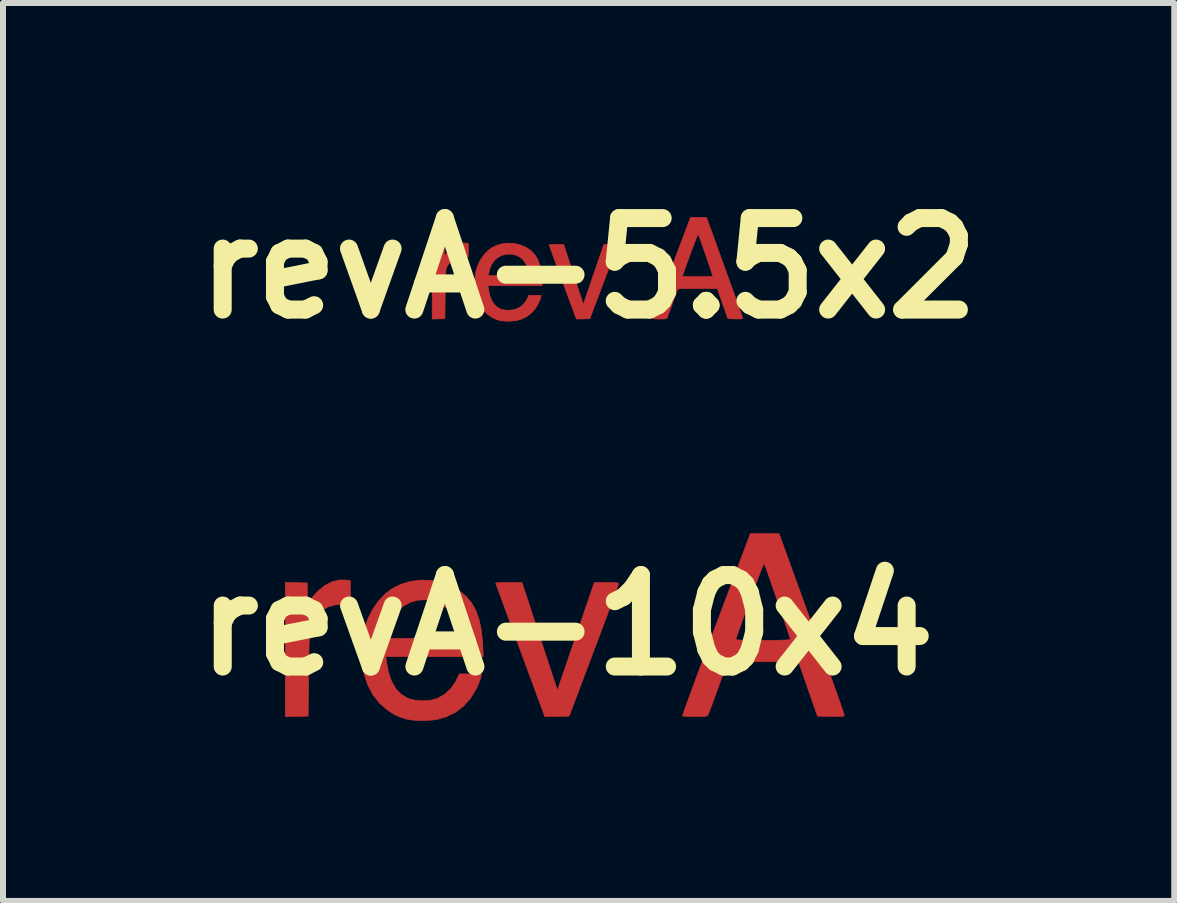
<source format=kicad_pcb>
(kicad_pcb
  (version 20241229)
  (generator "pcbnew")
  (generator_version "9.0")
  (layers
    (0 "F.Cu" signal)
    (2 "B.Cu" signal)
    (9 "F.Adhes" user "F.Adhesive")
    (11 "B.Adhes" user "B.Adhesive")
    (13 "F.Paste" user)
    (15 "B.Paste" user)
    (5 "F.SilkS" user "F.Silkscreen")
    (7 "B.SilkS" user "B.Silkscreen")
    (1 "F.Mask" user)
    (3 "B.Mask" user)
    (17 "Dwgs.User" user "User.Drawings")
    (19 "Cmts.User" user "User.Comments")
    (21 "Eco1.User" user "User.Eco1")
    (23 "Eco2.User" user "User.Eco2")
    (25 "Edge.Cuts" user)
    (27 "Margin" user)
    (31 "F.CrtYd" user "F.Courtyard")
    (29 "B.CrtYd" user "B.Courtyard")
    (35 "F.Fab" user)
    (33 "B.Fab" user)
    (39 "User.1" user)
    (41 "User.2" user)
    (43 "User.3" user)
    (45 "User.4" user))
  (footprint "revA-10x4"
    (layer "F.Cu")
    (at 6.394 7.365)
    (property "Reference" "revA-10x4" (at 0 0 0) (layer "F.SilkS") (effects (font (size 1.524 1.524) (thickness 0.3))))
    (attr through_hole)
    (fp_poly (pts (xy -3.673 -0.751) (xy -3.607 -0.741) (xy -3.607 -0.544) (xy -3.607 -0.347) (xy -3.747 -0.346) (xy -3.873 -0.335) (xy -3.979 -0.304) (xy -4.07 -0.249) (xy -4.141 -0.184) (xy -4.175 -0.147) (xy -4.204 -0.114) (xy -4.228 -0.081) (xy -4.247 -0.046) (xy -4.262 -0.005) (xy -4.274 0.045) (xy -4.282 0.108) (xy -4.289 0.187) (xy -4.293 0.286) (xy -4.296 0.407) (xy -4.298 0.555) (xy -4.3 0.732) (xy -4.301 0.787) (xy -4.31 1.516) (xy -4.691 1.525) (xy -4.691 -0.712) (xy -4.508 -0.708) (xy -4.326 -0.703) (xy -4.322 -0.537) (xy -4.317 -0.371) (xy -4.252 -0.452) (xy -4.143 -0.572) (xy -4.028 -0.663) (xy -3.909 -0.724) (xy -3.789 -0.753) (xy -3.673 -0.751)) (stroke (width 0.01) (type solid)) (fill yes) (layer "F.Cu"))
    (fp_poly (pts (xy -0.568 -0.165) (xy -0.519 -0.015) (xy -0.467 0.144) (xy -0.415 0.303) (xy -0.365 0.455) (xy -0.32 0.593) (xy -0.282 0.707) (xy -0.274 0.733) (xy -0.157 1.085) (xy 0.119 0.276) (xy 0.174 0.115) (xy 0.227 -0.04) (xy 0.276 -0.183) (xy 0.32 -0.312) (xy 0.359 -0.424) (xy 0.39 -0.515) (xy 0.413 -0.581) (xy 0.426 -0.619) (xy 0.427 -0.622) (xy 0.46 -0.711) (xy 0.662 -0.711) (xy 0.753 -0.71) (xy 0.814 -0.707) (xy 0.85 -0.701) (xy 0.863 -0.692) (xy 0.863 -0.69) (xy 0.857 -0.671) (xy 0.84 -0.623) (xy 0.813 -0.548) (xy 0.777 -0.45) (xy 0.733 -0.331) (xy 0.681 -0.193) (xy 0.624 -0.038) (xy 0.561 0.129) (xy 0.494 0.307) (xy 0.45 0.423) (xy 0.038 1.516) (xy -0.165 1.52) (xy -0.367 1.525) (xy -0.776 0.416) (xy -0.844 0.231) (xy -0.909 0.056) (xy -0.969 -0.108) (xy -1.024 -0.257) (xy -1.072 -0.388) (xy -1.113 -0.501) (xy -1.146 -0.591) (xy -1.169 -0.656) (xy -1.183 -0.693) (xy -1.185 -0.702) (xy -1.169 -0.705) (xy -1.126 -0.708) (xy -1.061 -0.71) (xy -0.982 -0.711) (xy -0.966 -0.711) (xy -0.747 -0.711) (xy -0.568 -0.165)) (stroke (width 0.01) (type solid)) (fill yes) (layer "F.Cu"))
    (fp_poly (pts (xy -2.258 -0.745) (xy -2.087 -0.711) (xy -1.926 -0.65) (xy -1.917 -0.645) (xy -1.785 -0.567) (xy -1.674 -0.475) (xy -1.584 -0.366) (xy -1.514 -0.239) (xy -1.461 -0.089) (xy -1.425 0.085) (xy -1.404 0.286) (xy -1.4 0.36) (xy -1.393 0.525) (xy -3.016 0.525) (xy -3.006 0.605) (xy -2.972 0.785) (xy -2.92 0.935) (xy -2.851 1.057) (xy -2.763 1.15) (xy -2.658 1.215) (xy -2.619 1.23) (xy -2.509 1.255) (xy -2.388 1.261) (xy -2.267 1.25) (xy -2.16 1.22) (xy -2.141 1.213) (xy -2.028 1.144) (xy -1.93 1.053) (xy -1.855 0.946) (xy -1.838 0.912) (xy -1.793 0.813) (xy -1.423 0.813) (xy -1.433 0.868) (xy -1.445 0.908) (xy -1.468 0.967) (xy -1.498 1.036) (xy -1.513 1.067) (xy -1.604 1.218) (xy -1.719 1.347) (xy -1.854 1.45) (xy -2.008 1.526) (xy -2.146 1.567) (xy -2.241 1.581) (xy -2.351 1.588) (xy -2.465 1.589) (xy -2.57 1.582) (xy -2.657 1.569) (xy -2.67 1.566) (xy -2.77 1.535) (xy -2.854 1.499) (xy -2.937 1.45) (xy -2.991 1.413) (xy -3.123 1.298) (xy -3.232 1.159) (xy -3.317 0.995) (xy -3.373 0.832) (xy -3.394 0.726) (xy -3.406 0.598) (xy -3.411 0.458) (xy -3.407 0.316) (xy -3.398 0.22) (xy -3.002 0.22) (xy -1.79 0.22) (xy -1.8 0.14) (xy -1.833 -0.016) (xy -1.888 -0.147) (xy -1.966 -0.254) (xy -2.065 -0.336) (xy -2.186 -0.392) (xy -2.201 -0.396) (xy -2.342 -0.422) (xy -2.478 -0.417) (xy -2.606 -0.382) (xy -2.721 -0.32) (xy -2.82 -0.234) (xy -2.901 -0.125) (xy -2.96 0.003) (xy -2.991 0.14) (xy -3.002 0.22) (xy -3.398 0.22) (xy -3.395 0.185) (xy -3.376 0.073) (xy -3.372 0.059) (xy -3.314 -0.109) (xy -3.233 -0.267) (xy -3.133 -0.409) (xy -3.018 -0.528) (xy -2.918 -0.604) (xy -2.769 -0.68) (xy -2.605 -0.729) (xy -2.432 -0.751) (xy -2.258 -0.745)) (stroke (width 0.01) (type solid)) (fill yes) (layer "F.Cu"))
    (fp_poly (pts (xy 3.553 -1.477) (xy 3.561 -1.455) (xy 3.579 -1.403) (xy 3.608 -1.324) (xy 3.646 -1.22) (xy 3.692 -1.093) (xy 3.745 -0.946) (xy 3.805 -0.782) (xy 3.87 -0.602) (xy 3.94 -0.408) (xy 4.014 -0.204) (xy 4.091 0.009) (xy 4.096 0.022) (xy 4.173 0.235) (xy 4.247 0.439) (xy 4.316 0.631) (xy 4.381 0.811) (xy 4.439 0.975) (xy 4.491 1.12) (xy 4.536 1.246) (xy 4.572 1.349) (xy 4.599 1.427) (xy 4.616 1.478) (xy 4.623 1.5) (xy 4.623 1.5) (xy 4.618 1.51) (xy 4.6 1.517) (xy 4.564 1.521) (xy 4.505 1.522) (xy 4.419 1.521) (xy 4.399 1.52) (xy 4.175 1.516) (xy 4.019 1.067) (xy 3.978 0.95) (xy 3.941 0.845) (xy 3.91 0.755) (xy 3.885 0.683) (xy 3.869 0.635) (xy 3.861 0.614) (xy 3.861 0.614) (xy 3.845 0.613) (xy 3.798 0.612) (xy 3.726 0.611) (xy 3.631 0.61) (xy 3.517 0.61) (xy 3.389 0.61) (xy 3.27 0.61) (xy 3.112 0.61) (xy 2.985 0.61) (xy 2.885 0.611) (xy 2.809 0.613) (xy 2.754 0.615) (xy 2.715 0.618) (xy 2.691 0.623) (xy 2.676 0.628) (xy 2.669 0.636) (xy 2.667 0.639) (xy 2.658 0.663) (xy 2.64 0.714) (xy 2.613 0.787) (xy 2.58 0.878) (xy 2.542 0.982) (xy 2.512 1.067) (xy 2.471 1.177) (xy 2.434 1.279) (xy 2.402 1.366) (xy 2.376 1.434) (xy 2.358 1.479) (xy 2.352 1.494) (xy 2.341 1.507) (xy 2.321 1.516) (xy 2.285 1.521) (xy 2.229 1.523) (xy 2.145 1.524) (xy 2.134 1.524) (xy 2.055 1.523) (xy 1.99 1.52) (xy 1.944 1.516) (xy 1.926 1.511) (xy 1.931 1.494) (xy 1.947 1.447) (xy 1.973 1.373) (xy 2.009 1.274) (xy 2.054 1.152) (xy 2.107 1.009) (xy 2.166 0.848) (xy 2.232 0.67) (xy 2.304 0.478) (xy 2.38 0.275) (xy 2.396 0.233) (xy 2.815 0.233) (xy 2.819 0.239) (xy 2.84 0.245) (xy 2.881 0.248) (xy 2.943 0.251) (xy 3.031 0.253) (xy 3.148 0.254) (xy 3.266 0.254) (xy 3.394 0.253) (xy 3.506 0.252) (xy 3.599 0.249) (xy 3.669 0.246) (xy 3.712 0.242) (xy 3.725 0.239) (xy 3.72 0.22) (xy 3.705 0.173) (xy 3.681 0.103) (xy 3.651 0.014) (xy 3.616 -0.091) (xy 3.576 -0.206) (xy 3.534 -0.328) (xy 3.491 -0.451) (xy 3.449 -0.574) (xy 3.409 -0.689) (xy 3.372 -0.795) (xy 3.34 -0.886) (xy 3.314 -0.958) (xy 3.296 -1.006) (xy 3.288 -1.028) (xy 3.288 -1.028) (xy 3.28 -1.016) (xy 3.262 -0.976) (xy 3.235 -0.911) (xy 3.201 -0.823) (xy 3.16 -0.716) (xy 3.114 -0.593) (xy 3.064 -0.458) (xy 3.01 -0.313) (xy 2.956 -0.162) (xy 2.9 -0.009) (xy 2.846 0.145) (xy 2.815 0.233) (xy 2.396 0.233) (xy 2.46 0.061) (xy 2.488 -0.012) (xy 3.056 -1.523) (xy 3.296 -1.524) (xy 3.536 -1.524) (xy 3.553 -1.477)) (stroke (width 0.01) (type solid)) (fill yes) (layer "F.Cu")))
  (footprint "revA-5.5x2"
    (layer "F.Cu")
    (at 6.756 1.418)
    (property "Reference" "revA-5.5x2" (at 0 0 0) (layer "F.SilkS") (effects (font (size 1.524 1.524) (thickness 0.3))))
    (attr through_hole)
    (fp_poly (pts (xy -2.04 -0.417) (xy -2.004 -0.412) (xy -2.004 -0.302) (xy -2.004 -0.193) (xy -2.081 -0.192) (xy -2.152 -0.186) (xy -2.21 -0.169) (xy -2.261 -0.138) (xy -2.3 -0.102) (xy -2.32 -0.082) (xy -2.336 -0.063) (xy -2.349 -0.045) (xy -2.36 -0.026) (xy -2.368 -0.003) (xy -2.374 0.025) (xy -2.379 0.06) (xy -2.383 0.104) (xy -2.385 0.159) (xy -2.387 0.226) (xy -2.388 0.308) (xy -2.389 0.407) (xy -2.389 0.437) (xy -2.394 0.842) (xy -2.606 0.847) (xy -2.606 -0.396) (xy -2.505 -0.393) (xy -2.404 -0.39) (xy -2.401 -0.298) (xy -2.398 -0.206) (xy -2.362 -0.251) (xy -2.302 -0.318) (xy -2.238 -0.368) (xy -2.172 -0.402) (xy -2.105 -0.419) (xy -2.04 -0.417)) (stroke (width 0.01) (type solid)) (fill yes) (layer "F.Cu"))
    (fp_poly (pts (xy -0.316 -0.092) (xy -0.288 -0.008) (xy -0.259 0.08) (xy -0.23 0.169) (xy -0.203 0.253) (xy -0.178 0.329) (xy -0.157 0.393) (xy -0.152 0.407) (xy -0.087 0.603) (xy 0.066 0.153) (xy 0.097 0.064) (xy 0.126 -0.022) (xy 0.153 -0.102) (xy 0.178 -0.174) (xy 0.199 -0.236) (xy 0.217 -0.286) (xy 0.229 -0.323) (xy 0.237 -0.344) (xy 0.237 -0.346) (xy 0.255 -0.395) (xy 0.368 -0.395) (xy 0.418 -0.395) (xy 0.452 -0.393) (xy 0.472 -0.39) (xy 0.479 -0.385) (xy 0.479 -0.383) (xy 0.476 -0.373) (xy 0.467 -0.346) (xy 0.452 -0.305) (xy 0.432 -0.25) (xy 0.407 -0.184) (xy 0.378 -0.107) (xy 0.346 -0.021) (xy 0.312 0.072) (xy 0.274 0.171) (xy 0.25 0.235) (xy 0.021 0.842) (xy -0.092 0.845) (xy -0.204 0.847) (xy -0.431 0.231) (xy -0.469 0.128) (xy -0.505 0.031) (xy -0.538 -0.06) (xy -0.569 -0.143) (xy -0.596 -0.216) (xy -0.618 -0.278) (xy -0.636 -0.328) (xy -0.65 -0.364) (xy -0.657 -0.385) (xy -0.659 -0.39) (xy -0.65 -0.392) (xy -0.626 -0.394) (xy -0.59 -0.395) (xy -0.545 -0.395) (xy -0.537 -0.395) (xy -0.415 -0.395) (xy -0.316 -0.092)) (stroke (width 0.01) (type solid)) (fill yes) (layer "F.Cu"))
    (fp_poly (pts (xy -1.254 -0.414) (xy -1.159 -0.395) (xy -1.07 -0.361) (xy -1.065 -0.359) (xy -0.991 -0.315) (xy -0.93 -0.264) (xy -0.88 -0.203) (xy -0.841 -0.133) (xy -0.812 -0.05) (xy -0.792 0.047) (xy -0.78 0.159) (xy -0.778 0.2) (xy -0.774 0.292) (xy -1.676 0.292) (xy -1.67 0.336) (xy -1.651 0.436) (xy -1.622 0.52) (xy -1.584 0.587) (xy -1.535 0.639) (xy -1.477 0.675) (xy -1.455 0.684) (xy -1.394 0.697) (xy -1.327 0.701) (xy -1.259 0.694) (xy -1.2 0.678) (xy -1.189 0.674) (xy -1.126 0.636) (xy -1.072 0.585) (xy -1.03 0.526) (xy -1.021 0.507) (xy -0.996 0.452) (xy -0.791 0.452) (xy -0.796 0.482) (xy -0.803 0.504) (xy -0.815 0.537) (xy -0.832 0.576) (xy -0.84 0.593) (xy -0.891 0.677) (xy -0.955 0.748) (xy -1.03 0.806) (xy -1.116 0.848) (xy -1.192 0.87) (xy -1.245 0.878) (xy -1.306 0.882) (xy -1.369 0.883) (xy -1.428 0.879) (xy -1.476 0.872) (xy -1.484 0.87) (xy -1.539 0.853) (xy -1.585 0.833) (xy -1.631 0.806) (xy -1.662 0.785) (xy -1.735 0.721) (xy -1.796 0.644) (xy -1.843 0.553) (xy -1.874 0.462) (xy -1.885 0.403) (xy -1.892 0.332) (xy -1.895 0.254) (xy -1.893 0.176) (xy -1.888 0.122) (xy -1.668 0.122) (xy -0.995 0.122) (xy -1 0.078) (xy -1.018 -0.009) (xy -1.049 -0.082) (xy -1.092 -0.141) (xy -1.147 -0.187) (xy -1.215 -0.218) (xy -1.223 -0.22) (xy -1.301 -0.234) (xy -1.377 -0.231) (xy -1.448 -0.212) (xy -1.512 -0.178) (xy -1.567 -0.13) (xy -1.612 -0.07) (xy -1.644 0.002) (xy -1.662 0.078) (xy -1.668 0.122) (xy -1.888 0.122) (xy -1.886 0.103) (xy -1.875 0.04) (xy -1.873 0.033) (xy -1.841 -0.061) (xy -1.796 -0.148) (xy -1.74 -0.227) (xy -1.677 -0.293) (xy -1.621 -0.335) (xy -1.538 -0.378) (xy -1.447 -0.405) (xy -1.351 -0.417) (xy -1.254 -0.414)) (stroke (width 0.01) (type solid)) (fill yes) (layer "F.Cu"))
    (fp_poly (pts (xy 1.974 -0.821) (xy 1.978 -0.808) (xy 1.989 -0.779) (xy 2.005 -0.735) (xy 2.025 -0.678) (xy 2.051 -0.607) (xy 2.081 -0.526) (xy 2.114 -0.434) (xy 2.15 -0.334) (xy 2.189 -0.227) (xy 2.23 -0.113) (xy 2.273 0.005) (xy 2.276 0.012) (xy 2.318 0.13) (xy 2.359 0.244) (xy 2.398 0.351) (xy 2.434 0.45) (xy 2.466 0.541) (xy 2.495 0.622) (xy 2.52 0.692) (xy 2.54 0.749) (xy 2.555 0.793) (xy 2.565 0.821) (xy 2.568 0.833) (xy 2.568 0.833) (xy 2.566 0.839) (xy 2.556 0.843) (xy 2.536 0.845) (xy 2.503 0.845) (xy 2.455 0.845) (xy 2.444 0.845) (xy 2.32 0.842) (xy 2.233 0.593) (xy 2.21 0.528) (xy 2.19 0.469) (xy 2.172 0.419) (xy 2.158 0.38) (xy 2.149 0.353) (xy 2.145 0.341) (xy 2.145 0.341) (xy 2.136 0.34) (xy 2.11 0.34) (xy 2.07 0.34) (xy 2.017 0.339) (xy 1.954 0.339) (xy 1.883 0.339) (xy 1.817 0.339) (xy 1.729 0.339) (xy 1.658 0.339) (xy 1.603 0.339) (xy 1.561 0.34) (xy 1.53 0.342) (xy 1.508 0.343) (xy 1.495 0.346) (xy 1.487 0.349) (xy 1.483 0.353) (xy 1.482 0.355) (xy 1.477 0.368) (xy 1.467 0.396) (xy 1.452 0.437) (xy 1.433 0.488) (xy 1.412 0.545) (xy 1.395 0.593) (xy 1.373 0.654) (xy 1.352 0.71) (xy 1.334 0.759) (xy 1.32 0.797) (xy 1.31 0.822) (xy 1.306 0.83) (xy 1.3 0.837) (xy 1.289 0.842) (xy 1.27 0.845) (xy 1.238 0.846) (xy 1.191 0.847) (xy 1.186 0.847) (xy 1.142 0.846) (xy 1.105 0.845) (xy 1.08 0.842) (xy 1.07 0.84) (xy 1.073 0.83) (xy 1.082 0.804) (xy 1.096 0.763) (xy 1.116 0.708) (xy 1.141 0.64) (xy 1.17 0.561) (xy 1.204 0.471) (xy 1.24 0.372) (xy 1.28 0.266) (xy 1.322 0.153) (xy 1.331 0.129) (xy 1.564 0.129) (xy 1.566 0.133) (xy 1.578 0.136) (xy 1.6 0.138) (xy 1.635 0.14) (xy 1.684 0.14) (xy 1.749 0.141) (xy 1.815 0.141) (xy 1.886 0.141) (xy 1.948 0.14) (xy 2 0.139) (xy 2.038 0.137) (xy 2.062 0.135) (xy 2.07 0.133) (xy 2.067 0.122) (xy 2.058 0.096) (xy 2.045 0.057) (xy 2.028 0.008) (xy 2.009 -0.05) (xy 1.987 -0.114) (xy 1.964 -0.182) (xy 1.94 -0.251) (xy 1.916 -0.319) (xy 1.894 -0.383) (xy 1.873 -0.442) (xy 1.855 -0.492) (xy 1.841 -0.532) (xy 1.831 -0.559) (xy 1.826 -0.571) (xy 1.826 -0.571) (xy 1.822 -0.565) (xy 1.812 -0.542) (xy 1.797 -0.506) (xy 1.778 -0.457) (xy 1.756 -0.398) (xy 1.73 -0.329) (xy 1.702 -0.254) (xy 1.672 -0.174) (xy 1.642 -0.09) (xy 1.611 -0.005) (xy 1.581 0.08) (xy 1.564 0.129) (xy 1.331 0.129) (xy 1.367 0.034) (xy 1.382 -0.007) (xy 1.698 -0.846) (xy 1.964 -0.847) (xy 1.974 -0.821)) (stroke (width 0.01) (type solid)) (fill yes) (layer "F.Cu")))
  (gr_rect
    (start -3 -3)
    (end 16.513 11.959)
    (stroke (width 0.1) (type default))
    (fill no)
    (layer "Edge.Cuts")))
</source>
